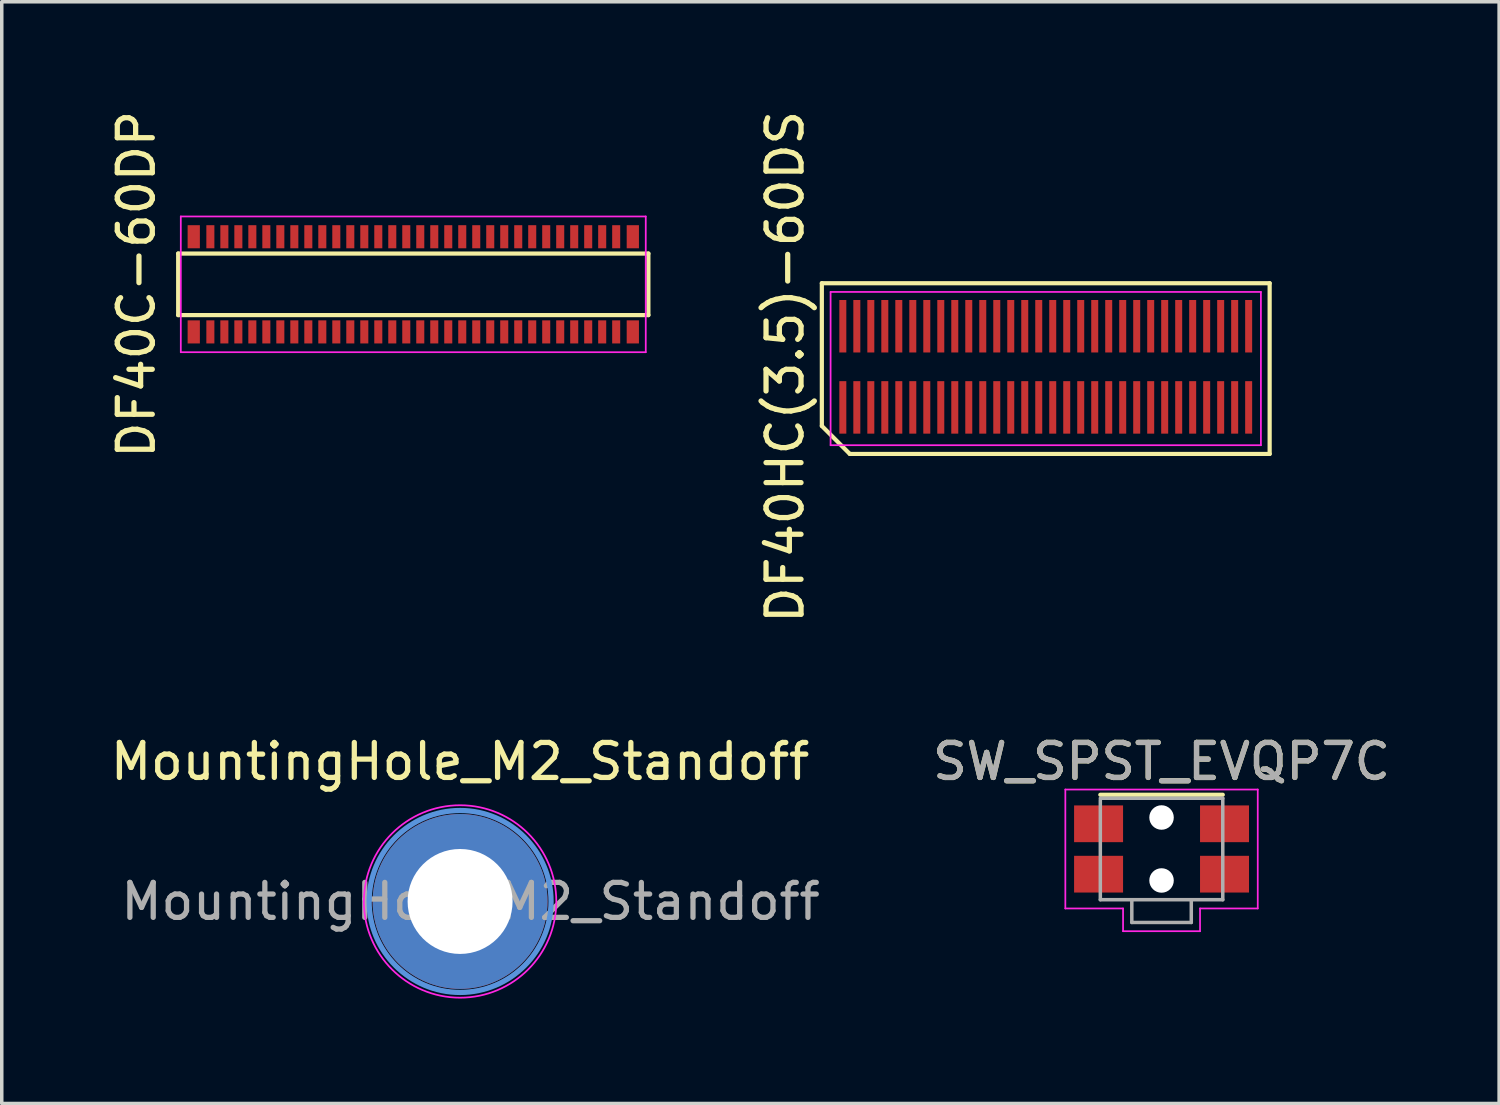
<source format=kicad_pcb>
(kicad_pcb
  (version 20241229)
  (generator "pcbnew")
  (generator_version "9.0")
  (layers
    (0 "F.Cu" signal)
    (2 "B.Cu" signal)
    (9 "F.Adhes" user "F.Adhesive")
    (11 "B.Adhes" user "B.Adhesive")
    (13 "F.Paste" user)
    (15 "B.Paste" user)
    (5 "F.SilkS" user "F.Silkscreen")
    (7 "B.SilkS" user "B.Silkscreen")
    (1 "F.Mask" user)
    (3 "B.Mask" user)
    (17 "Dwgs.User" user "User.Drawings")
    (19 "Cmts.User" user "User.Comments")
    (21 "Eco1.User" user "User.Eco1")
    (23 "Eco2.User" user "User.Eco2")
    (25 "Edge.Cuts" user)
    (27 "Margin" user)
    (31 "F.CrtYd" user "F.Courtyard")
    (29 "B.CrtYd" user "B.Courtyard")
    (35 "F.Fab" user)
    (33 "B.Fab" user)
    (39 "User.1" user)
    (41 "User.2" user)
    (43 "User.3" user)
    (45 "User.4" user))
  (footprint "DF40HC(3.5)-60DS"
    (layer "F.Cu")
    (at 26.841 7.435)
    (property "Reference" "DF40HC(3.5)-60DS" (at -7.45 0 90) (layer "F.SilkS") (effects (font (size 1 1) (thickness 0.15))))
    (attr smd)
    (fp_line (start -6.4 -2.39) (end 6.4 -2.39) (stroke (width 0.12) (type solid)) (layer "F.SilkS"))
    (fp_line (start -6.4 1.69) (end -6.4 -2.39) (stroke (width 0.12) (type solid)) (layer "F.SilkS"))
    (fp_line (start -5.6 2.49) (end -6.4 1.69) (stroke (width 0.12) (type solid)) (layer "F.SilkS"))
    (fp_line (start 6.4 -2.39) (end 6.4 2.49) (stroke (width 0.12) (type solid)) (layer "F.SilkS"))
    (fp_line (start 6.4 2.49) (end -5.6 2.49) (stroke (width 0.12) (type solid)) (layer "F.SilkS"))
    (fp_line (start -6.15 -2.14) (end 6.15 -2.14) (stroke (width 0.05) (type solid)) (layer "F.CrtYd"))
    (fp_line (start -6.15 2.24) (end -6.15 -2.14) (stroke (width 0.05) (type solid)) (layer "F.CrtYd"))
    (fp_line (start 6.15 -2.14) (end 6.15 2.24) (stroke (width 0.05) (type solid)) (layer "F.CrtYd"))
    (fp_line (start 6.15 2.24) (end -6.15 2.24) (stroke (width 0.05) (type solid)) (layer "F.CrtYd"))
    (pad "1" smd rect (at -5.8 -1.16) (size 0.2 1.5) (layers "F.Cu" "F.Mask" "F.Paste"))
    (pad "2" smd rect (at -5.4 -1.16) (size 0.2 1.5) (layers "F.Cu" "F.Mask" "F.Paste"))
    (pad "3" smd rect (at -5 -1.16) (size 0.2 1.5) (layers "F.Cu" "F.Mask" "F.Paste"))
    (pad "4" smd rect (at -4.6 -1.16) (size 0.2 1.5) (layers "F.Cu" "F.Mask" "F.Paste"))
    (pad "5" smd rect (at -4.2 -1.16) (size 0.2 1.5) (layers "F.Cu" "F.Mask" "F.Paste"))
    (pad "6" smd rect (at -3.8 -1.16) (size 0.2 1.5) (layers "F.Cu" "F.Mask" "F.Paste"))
    (pad "7" smd rect (at -3.4 -1.16) (size 0.2 1.5) (layers "F.Cu" "F.Mask" "F.Paste"))
    (pad "8" smd rect (at -3 -1.16) (size 0.2 1.5) (layers "F.Cu" "F.Mask" "F.Paste"))
    (pad "9" smd rect (at -2.6 -1.16) (size 0.2 1.5) (layers "F.Cu" "F.Mask" "F.Paste"))
    (pad "10" smd rect (at -2.2 -1.16) (size 0.2 1.5) (layers "F.Cu" "F.Mask" "F.Paste"))
    (pad "11" smd rect (at -1.8 -1.16) (size 0.2 1.5) (layers "F.Cu" "F.Mask" "F.Paste"))
    (pad "12" smd rect (at -1.4 -1.16) (size 0.2 1.5) (layers "F.Cu" "F.Mask" "F.Paste"))
    (pad "13" smd rect (at -1 -1.16) (size 0.2 1.5) (layers "F.Cu" "F.Mask" "F.Paste"))
    (pad "14" smd rect (at -0.6 -1.16) (size 0.2 1.5) (layers "F.Cu" "F.Mask" "F.Paste"))
    (pad "15" smd rect (at -0.2 -1.16) (size 0.2 1.5) (layers "F.Cu" "F.Mask" "F.Paste"))
    (pad "16" smd rect (at 0.2 -1.16) (size 0.2 1.5) (layers "F.Cu" "F.Mask" "F.Paste"))
    (pad "17" smd rect (at 0.6 -1.16) (size 0.2 1.5) (layers "F.Cu" "F.Mask" "F.Paste"))
    (pad "18" smd rect (at 1 -1.16) (size 0.2 1.5) (layers "F.Cu" "F.Mask" "F.Paste"))
    (pad "19" smd rect (at 1.4 -1.16) (size 0.2 1.5) (layers "F.Cu" "F.Mask" "F.Paste"))
    (pad "20" smd rect (at 1.8 -1.16) (size 0.2 1.5) (layers "F.Cu" "F.Mask" "F.Paste"))
    (pad "21" smd rect (at 2.2 -1.16) (size 0.2 1.5) (layers "F.Cu" "F.Mask" "F.Paste"))
    (pad "22" smd rect (at 2.6 -1.16) (size 0.2 1.5) (layers "F.Cu" "F.Mask" "F.Paste"))
    (pad "23" smd rect (at 3 -1.16) (size 0.2 1.5) (layers "F.Cu" "F.Mask" "F.Paste"))
    (pad "24" smd rect (at 3.4 -1.16) (size 0.2 1.5) (layers "F.Cu" "F.Mask" "F.Paste"))
    (pad "25" smd rect (at 3.8 -1.16) (size 0.2 1.5) (layers "F.Cu" "F.Mask" "F.Paste"))
    (pad "26" smd rect (at 4.2 -1.16) (size 0.2 1.5) (layers "F.Cu" "F.Mask" "F.Paste"))
    (pad "27" smd rect (at 4.6 -1.16) (size 0.2 1.5) (layers "F.Cu" "F.Mask" "F.Paste"))
    (pad "28" smd rect (at 5 -1.16) (size 0.2 1.5) (layers "F.Cu" "F.Mask" "F.Paste"))
    (pad "29" smd rect (at 5.4 -1.16) (size 0.2 1.5) (layers "F.Cu" "F.Mask" "F.Paste"))
    (pad "30" smd rect (at 5.8 -1.16) (size 0.2 1.5) (layers "F.Cu" "F.Mask" "F.Paste"))
    (pad "31" smd rect (at 5.8 1.16) (size 0.2 1.5) (layers "F.Cu" "F.Mask" "F.Paste"))
    (pad "32" smd rect (at 5.4 1.16) (size 0.2 1.5) (layers "F.Cu" "F.Mask" "F.Paste"))
    (pad "33" smd rect (at 5 1.16) (size 0.2 1.5) (layers "F.Cu" "F.Mask" "F.Paste"))
    (pad "34" smd rect (at 4.6 1.16) (size 0.2 1.5) (layers "F.Cu" "F.Mask" "F.Paste"))
    (pad "35" smd rect (at 4.2 1.16) (size 0.2 1.5) (layers "F.Cu" "F.Mask" "F.Paste"))
    (pad "36" smd rect (at 3.8 1.16) (size 0.2 1.5) (layers "F.Cu" "F.Mask" "F.Paste"))
    (pad "37" smd rect (at 3.4 1.16) (size 0.2 1.5) (layers "F.Cu" "F.Mask" "F.Paste"))
    (pad "38" smd rect (at 3 1.16) (size 0.2 1.5) (layers "F.Cu" "F.Mask" "F.Paste"))
    (pad "39" smd rect (at 2.6 1.16) (size 0.2 1.5) (layers "F.Cu" "F.Mask" "F.Paste"))
    (pad "40" smd rect (at 2.2 1.16) (size 0.2 1.5) (layers "F.Cu" "F.Mask" "F.Paste"))
    (pad "41" smd rect (at 1.8 1.16) (size 0.2 1.5) (layers "F.Cu" "F.Mask" "F.Paste"))
    (pad "42" smd rect (at 1.4 1.16) (size 0.2 1.5) (layers "F.Cu" "F.Mask" "F.Paste"))
    (pad "43" smd rect (at 1 1.16) (size 0.2 1.5) (layers "F.Cu" "F.Mask" "F.Paste"))
    (pad "44" smd rect (at 0.6 1.16) (size 0.2 1.5) (layers "F.Cu" "F.Mask" "F.Paste"))
    (pad "45" smd rect (at 0.2 1.16) (size 0.2 1.5) (layers "F.Cu" "F.Mask" "F.Paste"))
    (pad "46" smd rect (at -0.2 1.16) (size 0.2 1.5) (layers "F.Cu" "F.Mask" "F.Paste"))
    (pad "47" smd rect (at -0.6 1.16) (size 0.2 1.5) (layers "F.Cu" "F.Mask" "F.Paste"))
    (pad "48" smd rect (at -1 1.16) (size 0.2 1.5) (layers "F.Cu" "F.Mask" "F.Paste"))
    (pad "49" smd rect (at -1.4 1.16) (size 0.2 1.5) (layers "F.Cu" "F.Mask" "F.Paste"))
    (pad "50" smd rect (at -1.8 1.16) (size 0.2 1.5) (layers "F.Cu" "F.Mask" "F.Paste"))
    (pad "51" smd rect (at -2.2 1.16) (size 0.2 1.5) (layers "F.Cu" "F.Mask" "F.Paste"))
    (pad "52" smd rect (at -2.6 1.16) (size 0.2 1.5) (layers "F.Cu" "F.Mask" "F.Paste"))
    (pad "53" smd rect (at -3 1.16) (size 0.2 1.5) (layers "F.Cu" "F.Mask" "F.Paste"))
    (pad "54" smd rect (at -3.4 1.16) (size 0.2 1.5) (layers "F.Cu" "F.Mask" "F.Paste"))
    (pad "55" smd rect (at -3.8 1.16) (size 0.2 1.5) (layers "F.Cu" "F.Mask" "F.Paste"))
    (pad "56" smd rect (at -4.2 1.16) (size 0.2 1.5) (layers "F.Cu" "F.Mask" "F.Paste"))
    (pad "57" smd rect (at -4.6 1.16) (size 0.2 1.5) (layers "F.Cu" "F.Mask" "F.Paste"))
    (pad "58" smd rect (at -5 1.16) (size 0.2 1.5) (layers "F.Cu" "F.Mask" "F.Paste"))
    (pad "59" smd rect (at -5.4 1.16) (size 0.2 1.5) (layers "F.Cu" "F.Mask" "F.Paste"))
    (pad "60" smd rect (at -5.8 1.16) (size 0.2 1.5) (layers "F.Cu" "F.Mask" "F.Paste")))
  (footprint "DF40C-60DP"
    (layer "F.Cu")
    (at 8.763 5.077)
    (property "Reference" "DF40C-60DP" (at -7.915 0 90) (layer "F.SilkS") (effects (font (size 1 1) (thickness 0.15))))
    (attr smd)
    (fp_line (start -6.72 -0.88) (end 6.72 -0.88) (stroke (width 0.12) (type solid)) (layer "F.SilkS"))
    (fp_line (start -6.72 0.88) (end -6.72 -0.88) (stroke (width 0.12) (type solid)) (layer "F.SilkS"))
    (fp_line (start 6.72 -0.88) (end 6.72 0.88) (stroke (width 0.12) (type solid)) (layer "F.SilkS"))
    (fp_line (start 6.72 0.88) (end -6.72 0.88) (stroke (width 0.12) (type solid)) (layer "F.SilkS"))
    (fp_line (start -6.645 -1.94) (end 6.645 -1.94) (stroke (width 0.05) (type solid)) (layer "F.CrtYd"))
    (fp_line (start -6.645 1.94) (end -6.645 -1.94) (stroke (width 0.05) (type solid)) (layer "F.CrtYd"))
    (fp_line (start 6.645 -1.94) (end 6.645 1.94) (stroke (width 0.05) (type solid)) (layer "F.CrtYd"))
    (fp_line (start 6.645 1.94) (end -6.645 1.94) (stroke (width 0.05) (type solid)) (layer "F.CrtYd"))
    (pad "1" smd rect (at -5.8 1.36) (size 0.23 0.66) (layers "F.Cu" "F.Mask" "F.Paste"))
    (pad "2" smd rect (at -5.4 1.36) (size 0.23 0.66) (layers "F.Cu" "F.Mask" "F.Paste"))
    (pad "3" smd rect (at -5 1.36) (size 0.23 0.66) (layers "F.Cu" "F.Mask" "F.Paste"))
    (pad "4" smd rect (at -4.6 1.36) (size 0.23 0.66) (layers "F.Cu" "F.Mask" "F.Paste"))
    (pad "5" smd rect (at -4.2 1.36) (size 0.23 0.66) (layers "F.Cu" "F.Mask" "F.Paste"))
    (pad "6" smd rect (at -3.8 1.36) (size 0.23 0.66) (layers "F.Cu" "F.Mask" "F.Paste"))
    (pad "7" smd rect (at -3.4 1.36) (size 0.23 0.66) (layers "F.Cu" "F.Mask" "F.Paste"))
    (pad "8" smd rect (at -3 1.36) (size 0.23 0.66) (layers "F.Cu" "F.Mask" "F.Paste"))
    (pad "9" smd rect (at -2.6 1.36) (size 0.23 0.66) (layers "F.Cu" "F.Mask" "F.Paste"))
    (pad "10" smd rect (at -2.2 1.36) (size 0.23 0.66) (layers "F.Cu" "F.Mask" "F.Paste"))
    (pad "11" smd rect (at -1.8 1.36) (size 0.23 0.66) (layers "F.Cu" "F.Mask" "F.Paste"))
    (pad "12" smd rect (at -1.4 1.36) (size 0.23 0.66) (layers "F.Cu" "F.Mask" "F.Paste"))
    (pad "13" smd rect (at -1 1.36) (size 0.23 0.66) (layers "F.Cu" "F.Mask" "F.Paste"))
    (pad "14" smd rect (at -0.6 1.36) (size 0.23 0.66) (layers "F.Cu" "F.Mask" "F.Paste"))
    (pad "15" smd rect (at -0.2 1.36) (size 0.23 0.66) (layers "F.Cu" "F.Mask" "F.Paste"))
    (pad "16" smd rect (at 0.2 1.36) (size 0.23 0.66) (layers "F.Cu" "F.Mask" "F.Paste"))
    (pad "17" smd rect (at 0.6 1.36) (size 0.23 0.66) (layers "F.Cu" "F.Mask" "F.Paste"))
    (pad "18" smd rect (at 1 1.36) (size 0.23 0.66) (layers "F.Cu" "F.Mask" "F.Paste"))
    (pad "19" smd rect (at 1.4 1.36) (size 0.23 0.66) (layers "F.Cu" "F.Mask" "F.Paste"))
    (pad "20" smd rect (at 1.8 1.36) (size 0.23 0.66) (layers "F.Cu" "F.Mask" "F.Paste"))
    (pad "21" smd rect (at 2.2 1.36) (size 0.23 0.66) (layers "F.Cu" "F.Mask" "F.Paste"))
    (pad "22" smd rect (at 2.6 1.36) (size 0.23 0.66) (layers "F.Cu" "F.Mask" "F.Paste"))
    (pad "23" smd rect (at 3 1.36) (size 0.23 0.66) (layers "F.Cu" "F.Mask" "F.Paste"))
    (pad "24" smd rect (at 3.4 1.36) (size 0.23 0.66) (layers "F.Cu" "F.Mask" "F.Paste"))
    (pad "25" smd rect (at 3.8 1.36) (size 0.23 0.66) (layers "F.Cu" "F.Mask" "F.Paste"))
    (pad "26" smd rect (at 4.2 1.36) (size 0.23 0.66) (layers "F.Cu" "F.Mask" "F.Paste"))
    (pad "27" smd rect (at 4.6 1.36) (size 0.23 0.66) (layers "F.Cu" "F.Mask" "F.Paste"))
    (pad "28" smd rect (at 5 1.36) (size 0.23 0.66) (layers "F.Cu" "F.Mask" "F.Paste"))
    (pad "29" smd rect (at 5.4 1.36) (size 0.23 0.66) (layers "F.Cu" "F.Mask" "F.Paste"))
    (pad "30" smd rect (at 5.8 1.36) (size 0.23 0.66) (layers "F.Cu" "F.Mask" "F.Paste"))
    (pad "31" smd rect (at 5.8 -1.36) (size 0.23 0.66) (layers "F.Cu" "F.Mask" "F.Paste"))
    (pad "32" smd rect (at 5.4 -1.36) (size 0.23 0.66) (layers "F.Cu" "F.Mask" "F.Paste"))
    (pad "33" smd rect (at 5 -1.36) (size 0.23 0.66) (layers "F.Cu" "F.Mask" "F.Paste"))
    (pad "34" smd rect (at 4.6 -1.36) (size 0.23 0.66) (layers "F.Cu" "F.Mask" "F.Paste"))
    (pad "35" smd rect (at 4.2 -1.36) (size 0.23 0.66) (layers "F.Cu" "F.Mask" "F.Paste"))
    (pad "36" smd rect (at 3.8 -1.36) (size 0.23 0.66) (layers "F.Cu" "F.Mask" "F.Paste"))
    (pad "37" smd rect (at 3.4 -1.36) (size 0.23 0.66) (layers "F.Cu" "F.Mask" "F.Paste"))
    (pad "38" smd rect (at 3 -1.36) (size 0.23 0.66) (layers "F.Cu" "F.Mask" "F.Paste"))
    (pad "39" smd rect (at 2.6 -1.36) (size 0.23 0.66) (layers "F.Cu" "F.Mask" "F.Paste"))
    (pad "40" smd rect (at 2.2 -1.36) (size 0.23 0.66) (layers "F.Cu" "F.Mask" "F.Paste"))
    (pad "41" smd rect (at 1.8 -1.36) (size 0.23 0.66) (layers "F.Cu" "F.Mask" "F.Paste"))
    (pad "42" smd rect (at 1.4 -1.36) (size 0.23 0.66) (layers "F.Cu" "F.Mask" "F.Paste"))
    (pad "43" smd rect (at 1 -1.36) (size 0.23 0.66) (layers "F.Cu" "F.Mask" "F.Paste"))
    (pad "44" smd rect (at 0.6 -1.36) (size 0.23 0.66) (layers "F.Cu" "F.Mask" "F.Paste"))
    (pad "45" smd rect (at 0.2 -1.36) (size 0.23 0.66) (layers "F.Cu" "F.Mask" "F.Paste"))
    (pad "46" smd rect (at -0.2 -1.36) (size 0.23 0.66) (layers "F.Cu" "F.Mask" "F.Paste"))
    (pad "47" smd rect (at -0.6 -1.36) (size 0.23 0.66) (layers "F.Cu" "F.Mask" "F.Paste"))
    (pad "48" smd rect (at -1 -1.36) (size 0.23 0.66) (layers "F.Cu" "F.Mask" "F.Paste"))
    (pad "49" smd rect (at -1.4 -1.36) (size 0.23 0.66) (layers "F.Cu" "F.Mask" "F.Paste"))
    (pad "50" smd rect (at -1.8 -1.36) (size 0.23 0.66) (layers "F.Cu" "F.Mask" "F.Paste"))
    (pad "51" smd rect (at -2.2 -1.36) (size 0.23 0.66) (layers "F.Cu" "F.Mask" "F.Paste"))
    (pad "52" smd rect (at -2.6 -1.36) (size 0.23 0.66) (layers "F.Cu" "F.Mask" "F.Paste"))
    (pad "53" smd rect (at -3 -1.36) (size 0.23 0.66) (layers "F.Cu" "F.Mask" "F.Paste"))
    (pad "54" smd rect (at -3.4 -1.36) (size 0.23 0.66) (layers "F.Cu" "F.Mask" "F.Paste"))
    (pad "55" smd rect (at -3.8 -1.36) (size 0.23 0.66) (layers "F.Cu" "F.Mask" "F.Paste"))
    (pad "56" smd rect (at -4.2 -1.36) (size 0.23 0.66) (layers "F.Cu" "F.Mask" "F.Paste"))
    (pad "57" smd rect (at -4.6 -1.36) (size 0.23 0.66) (layers "F.Cu" "F.Mask" "F.Paste"))
    (pad "58" smd rect (at -5 -1.36) (size 0.23 0.66) (layers "F.Cu" "F.Mask" "F.Paste"))
    (pad "59" smd rect (at -5.4 -1.36) (size 0.23 0.66) (layers "F.Cu" "F.Mask" "F.Paste"))
    (pad "60" smd rect (at -5.8 -1.36) (size 0.23 0.66) (layers "F.Cu" "F.Mask" "F.Paste"))
    (pad "MP" smd rect (at -6.275 -1.36) (size 0.35 0.66) (layers "F.Cu" "F.Mask" "F.Paste"))
    (pad "MP" smd rect (at -6.275 1.36) (size 0.35 0.66) (layers "F.Cu" "F.Mask" "F.Paste"))
    (pad "MP" smd rect (at 6.275 -1.36) (size 0.35 0.66) (layers "F.Cu" "F.Mask" "F.Paste"))
    (pad "MP" smd rect (at 6.275 1.36) (size 0.35 0.66) (layers "F.Cu" "F.Mask" "F.Paste")))
  (footprint "SW_SPST_EVQP7C"
    (layer "F.Cu")
    (at 30.151 21.217)
    (property "Reference" "SW_SPST_EVQP7C" (at 0 -2.5 0) (layer "F.SilkS") (effects (font (size 1 1) (thickness 0.15))))
    (attr smd)
    (fp_line (start -1.75 -1.55) (end 1.75 -1.55) (stroke (width 0.12) (type solid)) (layer "F.SilkS"))
    (fp_line (start -2.75 -1.7) (end 2.75 -1.7) (stroke (width 0.05) (type solid)) (layer "F.CrtYd"))
    (fp_line (start -2.75 1.7) (end -2.75 -1.7) (stroke (width 0.05) (type solid)) (layer "F.CrtYd"))
    (fp_line (start -1.1 1.7) (end -2.75 1.7) (stroke (width 0.05) (type solid)) (layer "F.CrtYd"))
    (fp_line (start -1.1 2.35) (end -1.1 1.7) (stroke (width 0.05) (type solid)) (layer "F.CrtYd"))
    (fp_line (start 1.1 1.7) (end 1.1 2.35) (stroke (width 0.05) (type solid)) (layer "F.CrtYd"))
    (fp_line (start 1.1 2.35) (end -1.1 2.35) (stroke (width 0.05) (type solid)) (layer "F.CrtYd"))
    (fp_line (start 2.75 -1.7) (end 2.75 1.7) (stroke (width 0.05) (type solid)) (layer "F.CrtYd"))
    (fp_line (start 2.75 1.7) (end 1.1 1.7) (stroke (width 0.05) (type solid)) (layer "F.CrtYd"))
    (fp_line (start -1.75 -1.45) (end 1.75 -1.45) (stroke (width 0.1) (type solid)) (layer "F.Fab"))
    (fp_line (start -1.75 1.45) (end -1.75 -1.4) (stroke (width 0.1) (type solid)) (layer "F.Fab"))
    (fp_line (start -0.85 2.1) (end -0.85 1.45) (stroke (width 0.1) (type solid)) (layer "F.Fab"))
    (fp_line (start -0.85 2.1) (end 0.85 2.1) (stroke (width 0.1) (type solid)) (layer "F.Fab"))
    (fp_line (start 0.85 2.1) (end 0.85 1.45) (stroke (width 0.1) (type solid)) (layer "F.Fab"))
    (fp_line (start 1.75 -1.45) (end 1.75 1.45) (stroke (width 0.1) (type solid)) (layer "F.Fab"))
    (fp_line (start 1.75 1.45) (end -1.75 1.45) (stroke (width 0.1) (type solid)) (layer "F.Fab"))
    (fp_text user "${REFERENCE}" (at 0 -2.5 0) (layer "F.Fab") (effects (font (size 1 1) (thickness 0.15))))
    (pad "" np_thru_hole circle (at 0 -0.9) (size 0.7 0.7) (drill 0.7) (layers "*.Cu" "*.Mask"))
    (pad "" np_thru_hole circle (at 0 0.9) (size 0.7 0.7) (drill 0.7) (layers "*.Cu" "*.Mask"))
    (pad "1" smd rect (at -1.8 -0.72) (size 1.4 1.05) (layers "F.Cu" "F.Mask" "F.Paste"))
    (pad "1" smd rect (at 1.8 -0.72) (size 1.4 1.05) (layers "F.Cu" "F.Mask" "F.Paste"))
    (pad "2" smd rect (at -1.8 0.72) (size 1.4 1.05) (layers "F.Cu" "F.Mask" "F.Paste"))
    (pad "2" smd rect (at 1.8 0.72) (size 1.4 1.05) (layers "F.Cu" "F.Mask" "F.Paste")))
  (footprint "MountingHole_M2_Standoff"
    (layer "F.Cu")
    (at 10.101 22.717)
    (property "Reference" "MountingHole_M2_Standoff" (at 0 -4 0) (layer "F.SilkS") (effects (font (size 1 1) (thickness 0.15))))
    (attr smd)
    (fp_arc (start -1.414214 -1.414214) (mid -0.765367 -1.84776) (end 0 -2) (stroke (width 1) (type solid)) (layer "F.Paste"))
    (fp_arc (start -1.414214 1.414214) (mid -1.84776 0.765367) (end -2 0) (stroke (width 1) (type solid)) (layer "F.Paste"))
    (fp_arc (start 1.414214 -1.414214) (mid 1.84776 -0.765367) (end 2 0) (stroke (width 1) (type solid)) (layer "F.Paste"))
    (fp_arc (start 1.414214 1.414214) (mid 0.765367 1.84776) (end 0 2) (stroke (width 1) (type solid)) (layer "F.Paste"))
    (fp_circle (center 0 0) (end 2.6 0) (stroke (width 0.15) (type solid)) (fill no) (layer "Cmts.User"))
    (fp_circle (center 0 0) (end 2.75 0) (stroke (width 0.05) (type solid)) (fill no) (layer "F.CrtYd"))
    (fp_text user "${REFERENCE}" (at 0.3 0 0) (layer "F.Fab") (effects (font (size 1 1) (thickness 0.15))))
    (pad "1" thru_hole circle (at 0 0) (size 5 5) (drill 3) (layers "*.Cu" "*.Mask")))
  (gr_rect
    (start -3 -3)
    (end 39.8 28.492)
    (stroke (width 0.1) (type default))
    (fill no)
    (layer "Edge.Cuts")))
</source>
